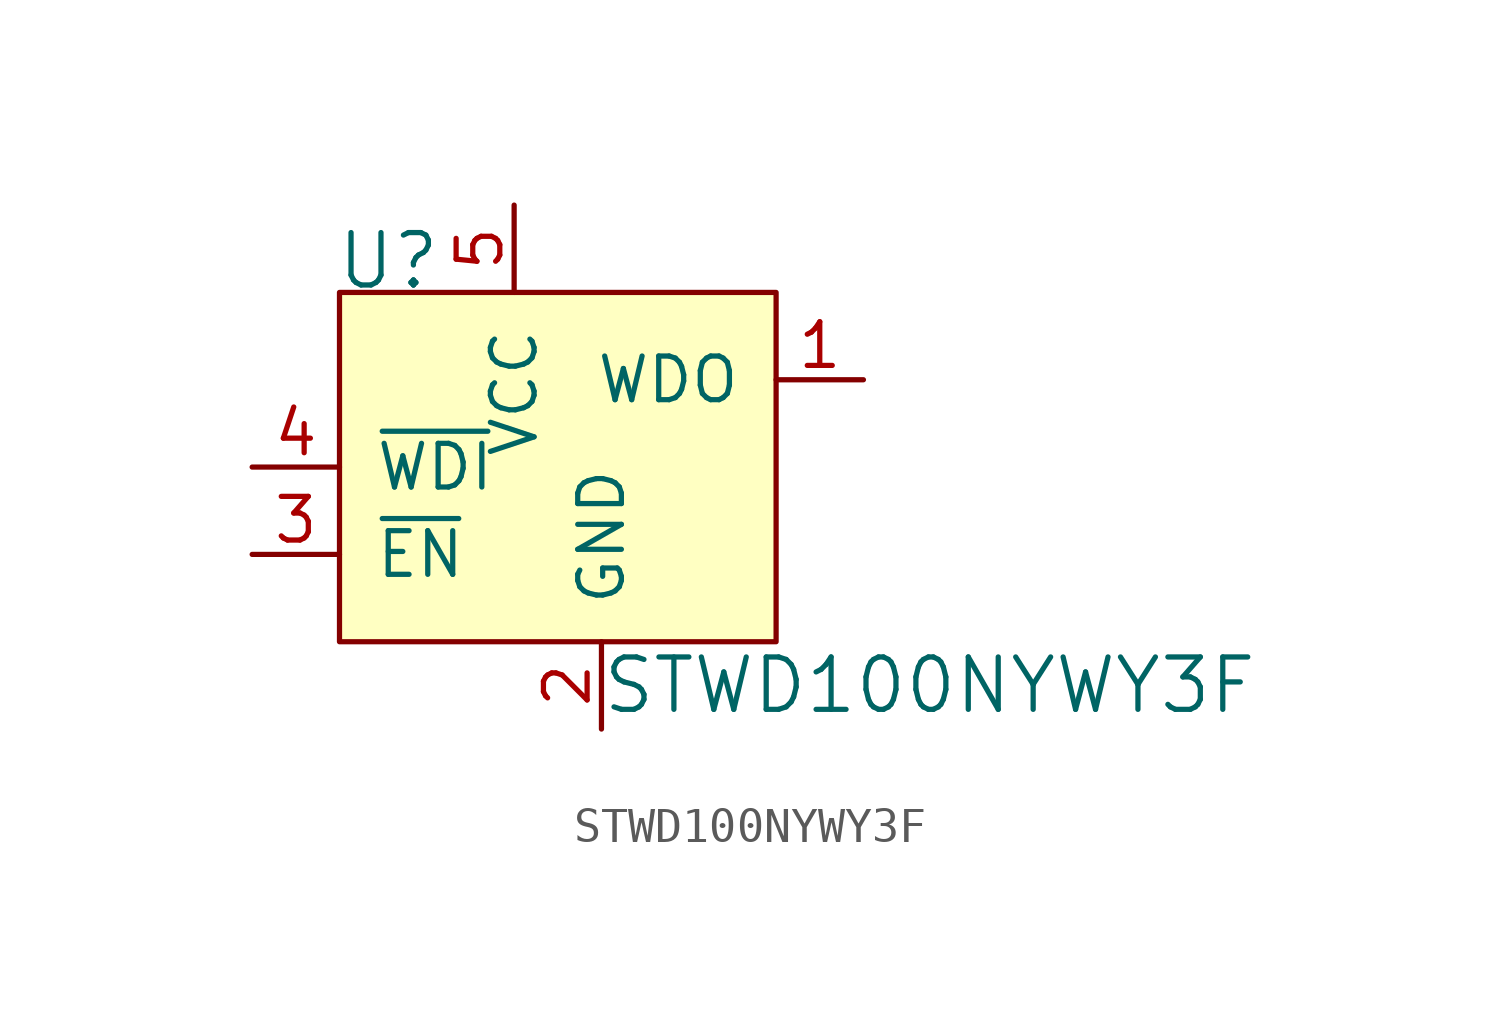
<source format=kicad_sym>
(kicad_symbol_lib
  (version 20211014)
  (generator kicad_symbol_editor)
  (symbol "STWD100NYWY3F"
    (pin_names
      (offset 1.016))
    (property "Reference" "U"
      (at -5.207 0.914 0)
      (effects (font (size 1.524 1.524)) (justify left)))
    (property "Value" "STWD100NYWY3F"
      (at 2.515 -11.43 0)
      (effects (font (size 1.524 1.524)) (justify left)))
    (symbol "STWD100NYWY3F_0_1"
      (rectangle (start -5.08 0) (end 7.62 -10.16) (stroke (width 0) (type default) (color 0 0 0 0)) (fill (type background))))
    (symbol "STWD100NYWY3F_1_1"
      (pin output line (at 10.16 -2.54 180) (length 2.54) (name "WDO" (effects (font (size 1.27 1.27)))) (number "1" (effects (font (size 1.27 1.27)))))
      (pin power_in line (at 2.54 -12.7 90) (length 2.54) (name "GND" (effects (font (size 1.27 1.27)))) (number "2" (effects (font (size 1.27 1.27)))))
      (pin input line (at -7.62 -7.62 0) (length 2.54) (name "~{EN}" (effects (font (size 1.27 1.27)))) (number "3" (effects (font (size 1.27 1.27)))))
      (pin input line (at -7.62 -5.08 0) (length 2.54) (name "~{WDI}" (effects (font (size 1.27 1.27)))) (number "4" (effects (font (size 1.27 1.27)))))
      (pin power_in line (at 0 2.54 270) (length 2.54) (name "VCC" (effects (font (size 1.27 1.27)))) (number "5" (effects (font (size 1.27 1.27))))))))
</source>
